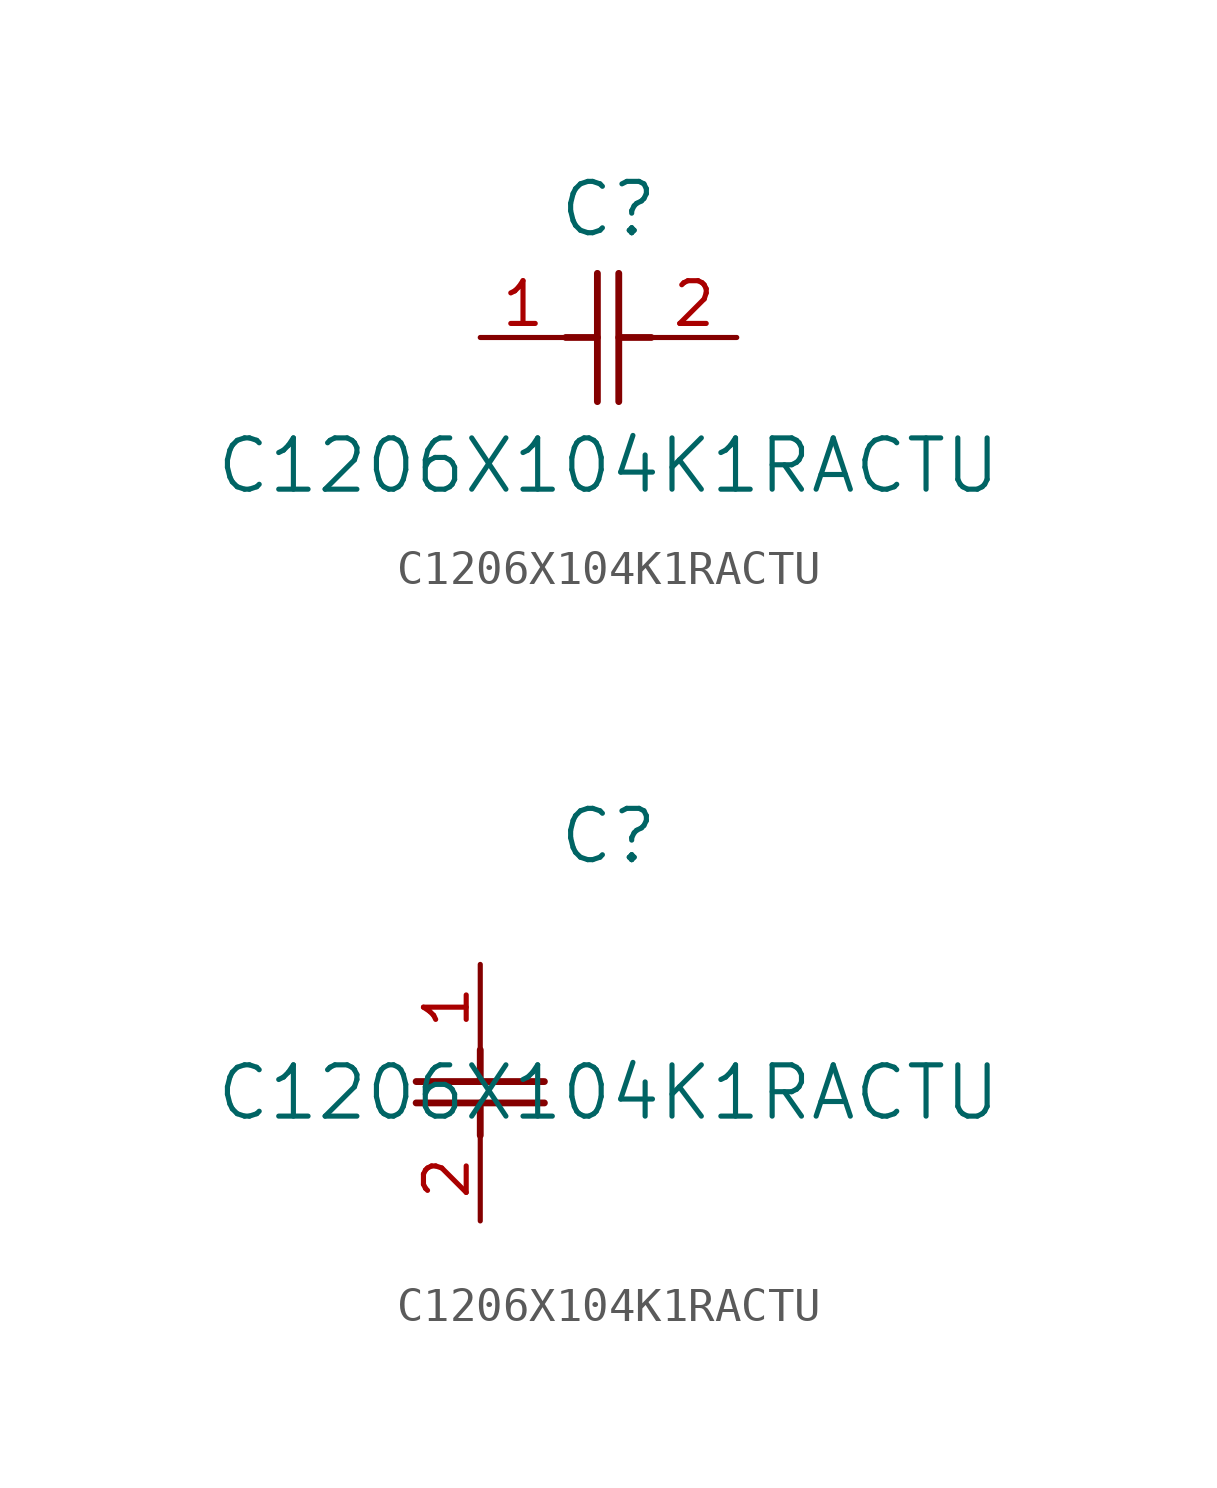
<source format=kicad_sym>
(kicad_symbol_lib
  (version 20211014)
  (generator kicad_symbol_editor)
  (symbol "C1206X104K1RACTU"
    (pin_names
      (offset 0.254))
    (property "Reference" "C"
      (at 3.81 3.81 0)
      (effects (font (size 1.524 1.524))))
    (property "Value" "C1206X104K1RACTU"
      (at 3.81 -3.81 0)
      (effects (font (size 1.524 1.524))))
    (symbol "C1206X104K1RACTU_1_1"
      (polyline (pts (xy 3.48 -1.905) (xy 3.48 1.905)) (stroke (width 0.203) (type default) (color 0 0 0 0)) (fill (type none)))
      (polyline (pts (xy 4.115 -1.905) (xy 4.115 1.905)) (stroke (width 0.203) (type default) (color 0 0 0 0)) (fill (type none)))
      (polyline (pts (xy 4.115 0) (xy 5.08 0)) (stroke (width 0.203) (type default) (color 0 0 0 0)) (fill (type none)))
      (polyline (pts (xy 2.54 0) (xy 3.48 0)) (stroke (width 0.203) (type default) (color 0 0 0 0)) (fill (type none)))
      (pin unspecified line (at 0 0 0) (length 2.54) (name "" (effects (font (size 1.27 1.27)))) (number "1" (effects (font (size 1.27 1.27)))))
      (pin unspecified line (at 7.62 0 180) (length 2.54) (name "" (effects (font (size 1.27 1.27)))) (number "2" (effects (font (size 1.27 1.27))))))
    (symbol "C1206X104K1RACTU_1_2"
      (polyline (pts (xy -1.905 -3.48) (xy 1.905 -3.48)) (stroke (width 0.203) (type default) (color 0 0 0 0)) (fill (type none)))
      (polyline (pts (xy -1.905 -4.115) (xy 1.905 -4.115)) (stroke (width 0.203) (type default) (color 0 0 0 0)) (fill (type none)))
      (polyline (pts (xy 0 -4.115) (xy 0 -5.08)) (stroke (width 0.203) (type default) (color 0 0 0 0)) (fill (type none)))
      (polyline (pts (xy 0 -2.54) (xy 0 -3.48)) (stroke (width 0.203) (type default) (color 0 0 0 0)) (fill (type none)))
      (pin unspecified line (at 0 0 270) (length 2.54) (name "" (effects (font (size 1.27 1.27)))) (number "1" (effects (font (size 1.27 1.27)))))
      (pin unspecified line (at 0 -7.62 90) (length 2.54) (name "" (effects (font (size 1.27 1.27)))) (number "2" (effects (font (size 1.27 1.27))))))))
</source>
